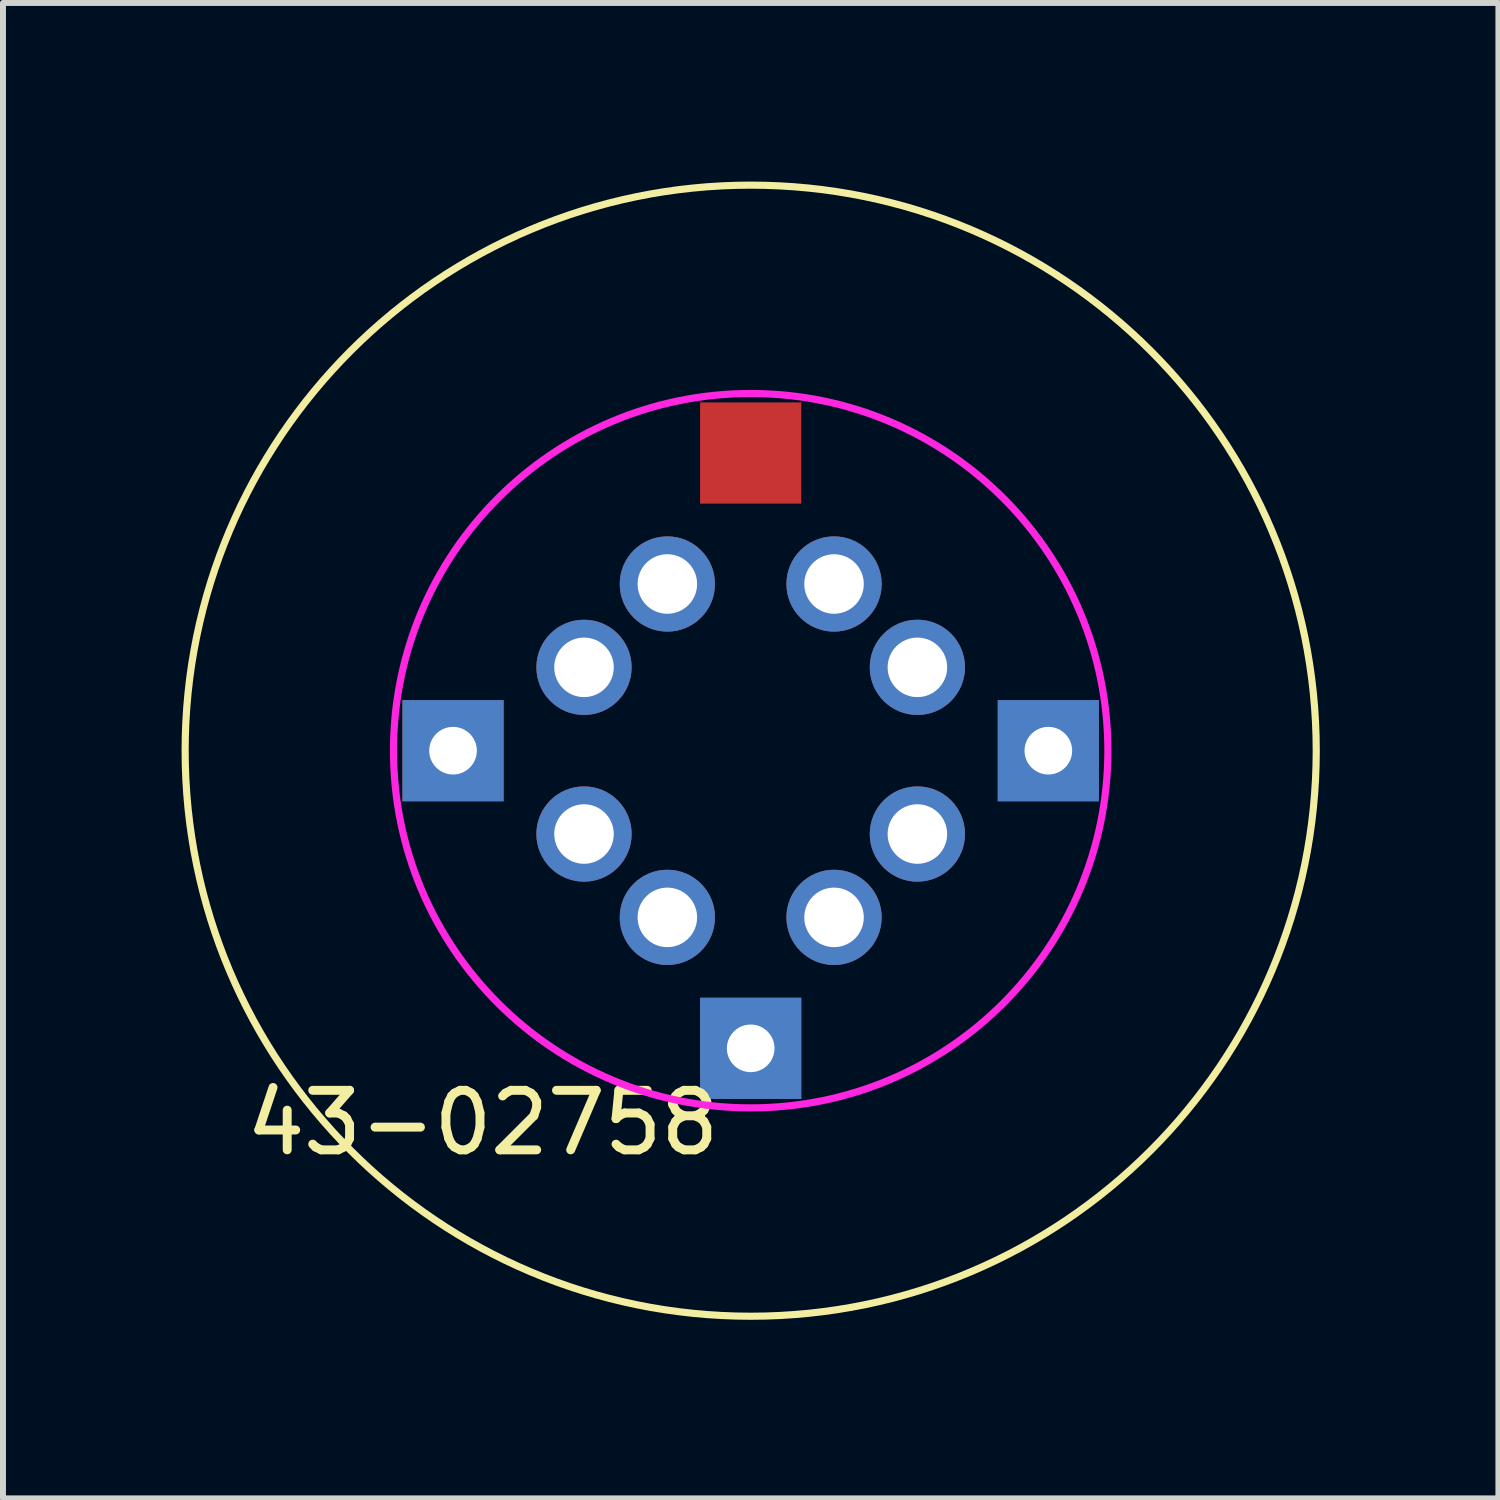
<source format=kicad_pcb>
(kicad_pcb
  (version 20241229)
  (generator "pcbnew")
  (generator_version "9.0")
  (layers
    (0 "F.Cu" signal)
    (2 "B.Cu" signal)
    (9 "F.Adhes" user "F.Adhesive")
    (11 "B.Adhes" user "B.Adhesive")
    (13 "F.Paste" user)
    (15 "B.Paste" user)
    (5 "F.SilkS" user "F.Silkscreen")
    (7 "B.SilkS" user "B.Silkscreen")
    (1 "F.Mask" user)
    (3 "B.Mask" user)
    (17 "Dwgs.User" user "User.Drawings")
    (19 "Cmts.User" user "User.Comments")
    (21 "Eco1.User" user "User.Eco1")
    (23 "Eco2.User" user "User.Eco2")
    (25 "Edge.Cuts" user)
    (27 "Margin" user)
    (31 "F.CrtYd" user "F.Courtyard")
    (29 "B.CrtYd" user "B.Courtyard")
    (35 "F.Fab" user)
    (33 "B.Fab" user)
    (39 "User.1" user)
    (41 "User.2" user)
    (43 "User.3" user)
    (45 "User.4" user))
  (footprint "43-02758"
    (layer "F.Cu")
    (at 9.56 9.56)
    (property "Reference" "43-02758" (at -4.5 6.25 0) (layer "F.SilkS") (effects (font (size 1 1) (thickness 0.15))))
    (attr through_hole)
    (fp_circle (center 0 0) (end 9.5 0) (stroke (width 0.12) (type solid)) (fill no) (layer "F.SilkS"))
    (fp_circle (center 0 0) (end 6 0) (stroke (width 0.12) (type solid)) (fill no) (layer "F.CrtYd"))
    (pad "1" thru_hole circle (at -1.4 2.8) (size 1.6 1.6) (drill 1) (layers "*.Cu" "*.Mask"))
    (pad "2" thru_hole circle (at -2.8 1.4) (size 1.6 1.6) (drill 1) (layers "*.Cu" "*.Mask"))
    (pad "3" thru_hole circle (at -2.8 -1.4) (size 1.6 1.6) (drill 1) (layers "*.Cu" "*.Mask"))
    (pad "4" thru_hole circle (at -1.4 -2.8) (size 1.6 1.6) (drill 1) (layers "*.Cu" "*.Mask"))
    (pad "5" thru_hole circle (at 1.4 -2.8) (size 1.6 1.6) (drill 1) (layers "*.Cu" "*.Mask"))
    (pad "6" thru_hole circle (at 2.8 -1.4) (size 1.6 1.6) (drill 1) (layers "*.Cu" "*.Mask"))
    (pad "7" thru_hole circle (at 2.8 1.4) (size 1.6 1.6) (drill 1) (layers "*.Cu" "*.Mask"))
    (pad "8" thru_hole circle (at 1.4 2.8) (size 1.6 1.6) (drill 1) (layers "*.Cu" "*.Mask"))
    (pad "SH" thru_hole rect (at -5 0) (size 1.7 1.7) (drill 0.8) (layers "*.Cu" "*.Mask"))
    (pad "SH" smd rect (at 0 -5) (size 1.7 1.7) (layers "F.Cu" "F.Mask" "F.Paste"))
    (pad "SH" thru_hole rect (at 0 5) (size 1.7 1.7) (drill 0.8) (layers "*.Cu" "*.Mask"))
    (pad "SH" thru_hole rect (at 5 0) (size 1.7 1.7) (drill 0.8) (layers "*.Cu" "*.Mask")))
  (gr_rect
    (start -3 -3)
    (end 22.12 22.12)
    (stroke (width 0.1) (type default))
    (fill no)
    (layer "Edge.Cuts")))
</source>
